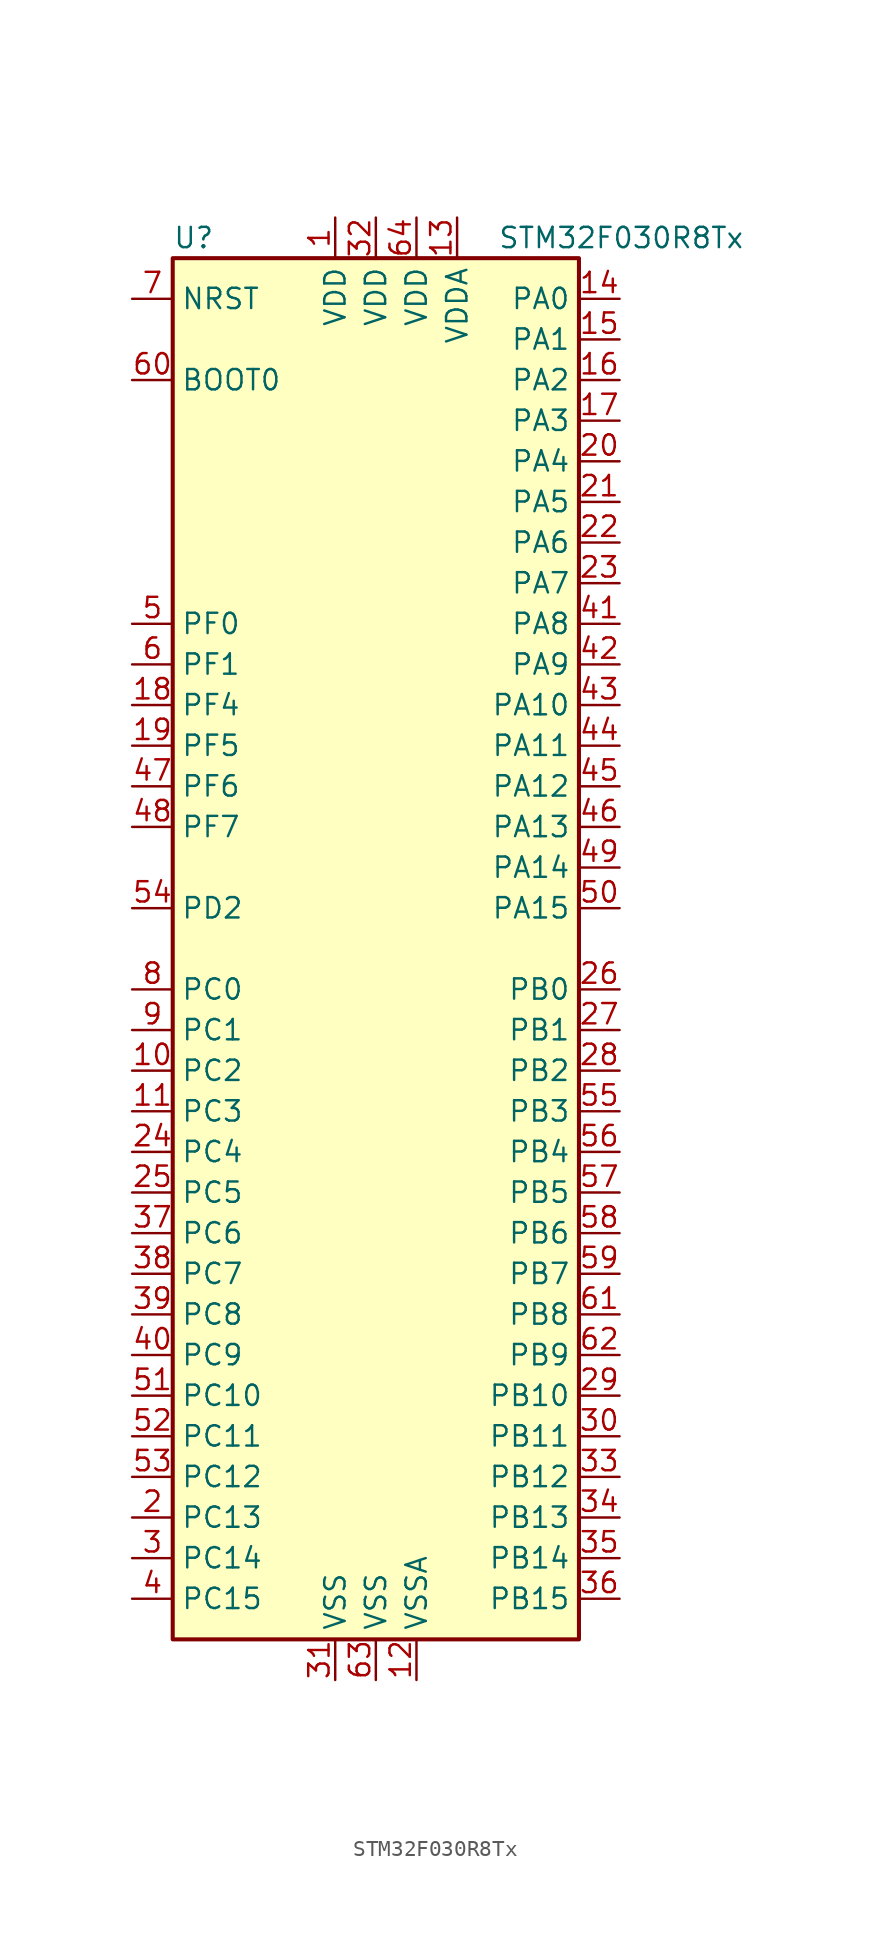
<source format=kicad_sym>
(kicad_symbol_lib
  (version 20211014)
  (generator kicad_symbol_editor)
  (symbol "STM32F030R8Tx"
    (property "Reference" "U"
      (at -12.7 44.45 0)
      (effects (font (size 1.27 1.27)) (justify left)))
    (property "Value" "STM32F030R8Tx"
      (at 7.62 44.45 0)
      (effects (font (size 1.27 1.27)) (justify left)))
    (symbol "STM32F030R8Tx_0_1"
      (rectangle (start -12.7 -43.18) (end 12.7 43.18) (stroke (width 0.254) (type default) (color 0 0 0 0)) (fill (type background))))
    (symbol "STM32F030R8Tx_1_1"
      (pin power_in line (at -2.54 45.72 270) (length 2.54) (name "VDD" (effects (font (size 1.27 1.27)))) (number "1" (effects (font (size 1.27 1.27)))))
      (pin bidirectional line (at -15.24 -7.62 0) (length 2.54) (name "PC2" (effects (font (size 1.27 1.27)))) (number "10" (effects (font (size 1.27 1.27)))))
      (pin bidirectional line (at -15.24 -10.16 0) (length 2.54) (name "PC3" (effects (font (size 1.27 1.27)))) (number "11" (effects (font (size 1.27 1.27)))))
      (pin power_in line (at 2.54 -45.72 90) (length 2.54) (name "VSSA" (effects (font (size 1.27 1.27)))) (number "12" (effects (font (size 1.27 1.27)))))
      (pin power_in line (at 5.08 45.72 270) (length 2.54) (name "VDDA" (effects (font (size 1.27 1.27)))) (number "13" (effects (font (size 1.27 1.27)))))
      (pin bidirectional line (at 15.24 40.64 180) (length 2.54) (name "PA0" (effects (font (size 1.27 1.27)))) (number "14" (effects (font (size 1.27 1.27)))))
      (pin bidirectional line (at 15.24 38.1 180) (length 2.54) (name "PA1" (effects (font (size 1.27 1.27)))) (number "15" (effects (font (size 1.27 1.27)))))
      (pin bidirectional line (at 15.24 35.56 180) (length 2.54) (name "PA2" (effects (font (size 1.27 1.27)))) (number "16" (effects (font (size 1.27 1.27)))))
      (pin bidirectional line (at 15.24 33.02 180) (length 2.54) (name "PA3" (effects (font (size 1.27 1.27)))) (number "17" (effects (font (size 1.27 1.27)))))
      (pin bidirectional line (at -15.24 15.24 0) (length 2.54) (name "PF4" (effects (font (size 1.27 1.27)))) (number "18" (effects (font (size 1.27 1.27)))))
      (pin bidirectional line (at -15.24 12.7 0) (length 2.54) (name "PF5" (effects (font (size 1.27 1.27)))) (number "19" (effects (font (size 1.27 1.27)))))
      (pin bidirectional line (at -15.24 -35.56 0) (length 2.54) (name "PC13" (effects (font (size 1.27 1.27)))) (number "2" (effects (font (size 1.27 1.27)))))
      (pin bidirectional line (at 15.24 30.48 180) (length 2.54) (name "PA4" (effects (font (size 1.27 1.27)))) (number "20" (effects (font (size 1.27 1.27)))))
      (pin bidirectional line (at 15.24 27.94 180) (length 2.54) (name "PA5" (effects (font (size 1.27 1.27)))) (number "21" (effects (font (size 1.27 1.27)))))
      (pin bidirectional line (at 15.24 25.4 180) (length 2.54) (name "PA6" (effects (font (size 1.27 1.27)))) (number "22" (effects (font (size 1.27 1.27)))))
      (pin bidirectional line (at 15.24 22.86 180) (length 2.54) (name "PA7" (effects (font (size 1.27 1.27)))) (number "23" (effects (font (size 1.27 1.27)))))
      (pin bidirectional line (at -15.24 -12.7 0) (length 2.54) (name "PC4" (effects (font (size 1.27 1.27)))) (number "24" (effects (font (size 1.27 1.27)))))
      (pin bidirectional line (at -15.24 -15.24 0) (length 2.54) (name "PC5" (effects (font (size 1.27 1.27)))) (number "25" (effects (font (size 1.27 1.27)))))
      (pin bidirectional line (at 15.24 -2.54 180) (length 2.54) (name "PB0" (effects (font (size 1.27 1.27)))) (number "26" (effects (font (size 1.27 1.27)))))
      (pin bidirectional line (at 15.24 -5.08 180) (length 2.54) (name "PB1" (effects (font (size 1.27 1.27)))) (number "27" (effects (font (size 1.27 1.27)))))
      (pin bidirectional line (at 15.24 -7.62 180) (length 2.54) (name "PB2" (effects (font (size 1.27 1.27)))) (number "28" (effects (font (size 1.27 1.27)))))
      (pin bidirectional line (at 15.24 -27.94 180) (length 2.54) (name "PB10" (effects (font (size 1.27 1.27)))) (number "29" (effects (font (size 1.27 1.27)))))
      (pin bidirectional line (at -15.24 -38.1 0) (length 2.54) (name "PC14" (effects (font (size 1.27 1.27)))) (number "3" (effects (font (size 1.27 1.27)))))
      (pin bidirectional line (at 15.24 -30.48 180) (length 2.54) (name "PB11" (effects (font (size 1.27 1.27)))) (number "30" (effects (font (size 1.27 1.27)))))
      (pin power_in line (at -2.54 -45.72 90) (length 2.54) (name "VSS" (effects (font (size 1.27 1.27)))) (number "31" (effects (font (size 1.27 1.27)))))
      (pin power_in line (at 0 45.72 270) (length 2.54) (name "VDD" (effects (font (size 1.27 1.27)))) (number "32" (effects (font (size 1.27 1.27)))))
      (pin bidirectional line (at 15.24 -33.02 180) (length 2.54) (name "PB12" (effects (font (size 1.27 1.27)))) (number "33" (effects (font (size 1.27 1.27)))))
      (pin bidirectional line (at 15.24 -35.56 180) (length 2.54) (name "PB13" (effects (font (size 1.27 1.27)))) (number "34" (effects (font (size 1.27 1.27)))))
      (pin bidirectional line (at 15.24 -38.1 180) (length 2.54) (name "PB14" (effects (font (size 1.27 1.27)))) (number "35" (effects (font (size 1.27 1.27)))))
      (pin bidirectional line (at 15.24 -40.64 180) (length 2.54) (name "PB15" (effects (font (size 1.27 1.27)))) (number "36" (effects (font (size 1.27 1.27)))))
      (pin bidirectional line (at -15.24 -17.78 0) (length 2.54) (name "PC6" (effects (font (size 1.27 1.27)))) (number "37" (effects (font (size 1.27 1.27)))))
      (pin bidirectional line (at -15.24 -20.32 0) (length 2.54) (name "PC7" (effects (font (size 1.27 1.27)))) (number "38" (effects (font (size 1.27 1.27)))))
      (pin bidirectional line (at -15.24 -22.86 0) (length 2.54) (name "PC8" (effects (font (size 1.27 1.27)))) (number "39" (effects (font (size 1.27 1.27)))))
      (pin bidirectional line (at -15.24 -40.64 0) (length 2.54) (name "PC15" (effects (font (size 1.27 1.27)))) (number "4" (effects (font (size 1.27 1.27)))))
      (pin bidirectional line (at -15.24 -25.4 0) (length 2.54) (name "PC9" (effects (font (size 1.27 1.27)))) (number "40" (effects (font (size 1.27 1.27)))))
      (pin bidirectional line (at 15.24 20.32 180) (length 2.54) (name "PA8" (effects (font (size 1.27 1.27)))) (number "41" (effects (font (size 1.27 1.27)))))
      (pin bidirectional line (at 15.24 17.78 180) (length 2.54) (name "PA9" (effects (font (size 1.27 1.27)))) (number "42" (effects (font (size 1.27 1.27)))))
      (pin bidirectional line (at 15.24 15.24 180) (length 2.54) (name "PA10" (effects (font (size 1.27 1.27)))) (number "43" (effects (font (size 1.27 1.27)))))
      (pin bidirectional line (at 15.24 12.7 180) (length 2.54) (name "PA11" (effects (font (size 1.27 1.27)))) (number "44" (effects (font (size 1.27 1.27)))))
      (pin bidirectional line (at 15.24 10.16 180) (length 2.54) (name "PA12" (effects (font (size 1.27 1.27)))) (number "45" (effects (font (size 1.27 1.27)))))
      (pin bidirectional line (at 15.24 7.62 180) (length 2.54) (name "PA13" (effects (font (size 1.27 1.27)))) (number "46" (effects (font (size 1.27 1.27)))))
      (pin bidirectional line (at -15.24 10.16 0) (length 2.54) (name "PF6" (effects (font (size 1.27 1.27)))) (number "47" (effects (font (size 1.27 1.27)))))
      (pin bidirectional line (at -15.24 7.62 0) (length 2.54) (name "PF7" (effects (font (size 1.27 1.27)))) (number "48" (effects (font (size 1.27 1.27)))))
      (pin bidirectional line (at 15.24 5.08 180) (length 2.54) (name "PA14" (effects (font (size 1.27 1.27)))) (number "49" (effects (font (size 1.27 1.27)))))
      (pin input line (at -15.24 20.32 0) (length 2.54) (name "PF0" (effects (font (size 1.27 1.27)))) (number "5" (effects (font (size 1.27 1.27)))))
      (pin bidirectional line (at 15.24 2.54 180) (length 2.54) (name "PA15" (effects (font (size 1.27 1.27)))) (number "50" (effects (font (size 1.27 1.27)))))
      (pin bidirectional line (at -15.24 -27.94 0) (length 2.54) (name "PC10" (effects (font (size 1.27 1.27)))) (number "51" (effects (font (size 1.27 1.27)))))
      (pin bidirectional line (at -15.24 -30.48 0) (length 2.54) (name "PC11" (effects (font (size 1.27 1.27)))) (number "52" (effects (font (size 1.27 1.27)))))
      (pin bidirectional line (at -15.24 -33.02 0) (length 2.54) (name "PC12" (effects (font (size 1.27 1.27)))) (number "53" (effects (font (size 1.27 1.27)))))
      (pin bidirectional line (at -15.24 2.54 0) (length 2.54) (name "PD2" (effects (font (size 1.27 1.27)))) (number "54" (effects (font (size 1.27 1.27)))))
      (pin bidirectional line (at 15.24 -10.16 180) (length 2.54) (name "PB3" (effects (font (size 1.27 1.27)))) (number "55" (effects (font (size 1.27 1.27)))))
      (pin bidirectional line (at 15.24 -12.7 180) (length 2.54) (name "PB4" (effects (font (size 1.27 1.27)))) (number "56" (effects (font (size 1.27 1.27)))))
      (pin bidirectional line (at 15.24 -15.24 180) (length 2.54) (name "PB5" (effects (font (size 1.27 1.27)))) (number "57" (effects (font (size 1.27 1.27)))))
      (pin bidirectional line (at 15.24 -17.78 180) (length 2.54) (name "PB6" (effects (font (size 1.27 1.27)))) (number "58" (effects (font (size 1.27 1.27)))))
      (pin bidirectional line (at 15.24 -20.32 180) (length 2.54) (name "PB7" (effects (font (size 1.27 1.27)))) (number "59" (effects (font (size 1.27 1.27)))))
      (pin input line (at -15.24 17.78 0) (length 2.54) (name "PF1" (effects (font (size 1.27 1.27)))) (number "6" (effects (font (size 1.27 1.27)))))
      (pin input line (at -15.24 35.56 0) (length 2.54) (name "BOOT0" (effects (font (size 1.27 1.27)))) (number "60" (effects (font (size 1.27 1.27)))))
      (pin bidirectional line (at 15.24 -22.86 180) (length 2.54) (name "PB8" (effects (font (size 1.27 1.27)))) (number "61" (effects (font (size 1.27 1.27)))))
      (pin bidirectional line (at 15.24 -25.4 180) (length 2.54) (name "PB9" (effects (font (size 1.27 1.27)))) (number "62" (effects (font (size 1.27 1.27)))))
      (pin power_in line (at 0 -45.72 90) (length 2.54) (name "VSS" (effects (font (size 1.27 1.27)))) (number "63" (effects (font (size 1.27 1.27)))))
      (pin power_in line (at 2.54 45.72 270) (length 2.54) (name "VDD" (effects (font (size 1.27 1.27)))) (number "64" (effects (font (size 1.27 1.27)))))
      (pin input line (at -15.24 40.64 0) (length 2.54) (name "NRST" (effects (font (size 1.27 1.27)))) (number "7" (effects (font (size 1.27 1.27)))))
      (pin bidirectional line (at -15.24 -2.54 0) (length 2.54) (name "PC0" (effects (font (size 1.27 1.27)))) (number "8" (effects (font (size 1.27 1.27)))))
      (pin bidirectional line (at -15.24 -5.08 0) (length 2.54) (name "PC1" (effects (font (size 1.27 1.27)))) (number "9" (effects (font (size 1.27 1.27))))))))
</source>
